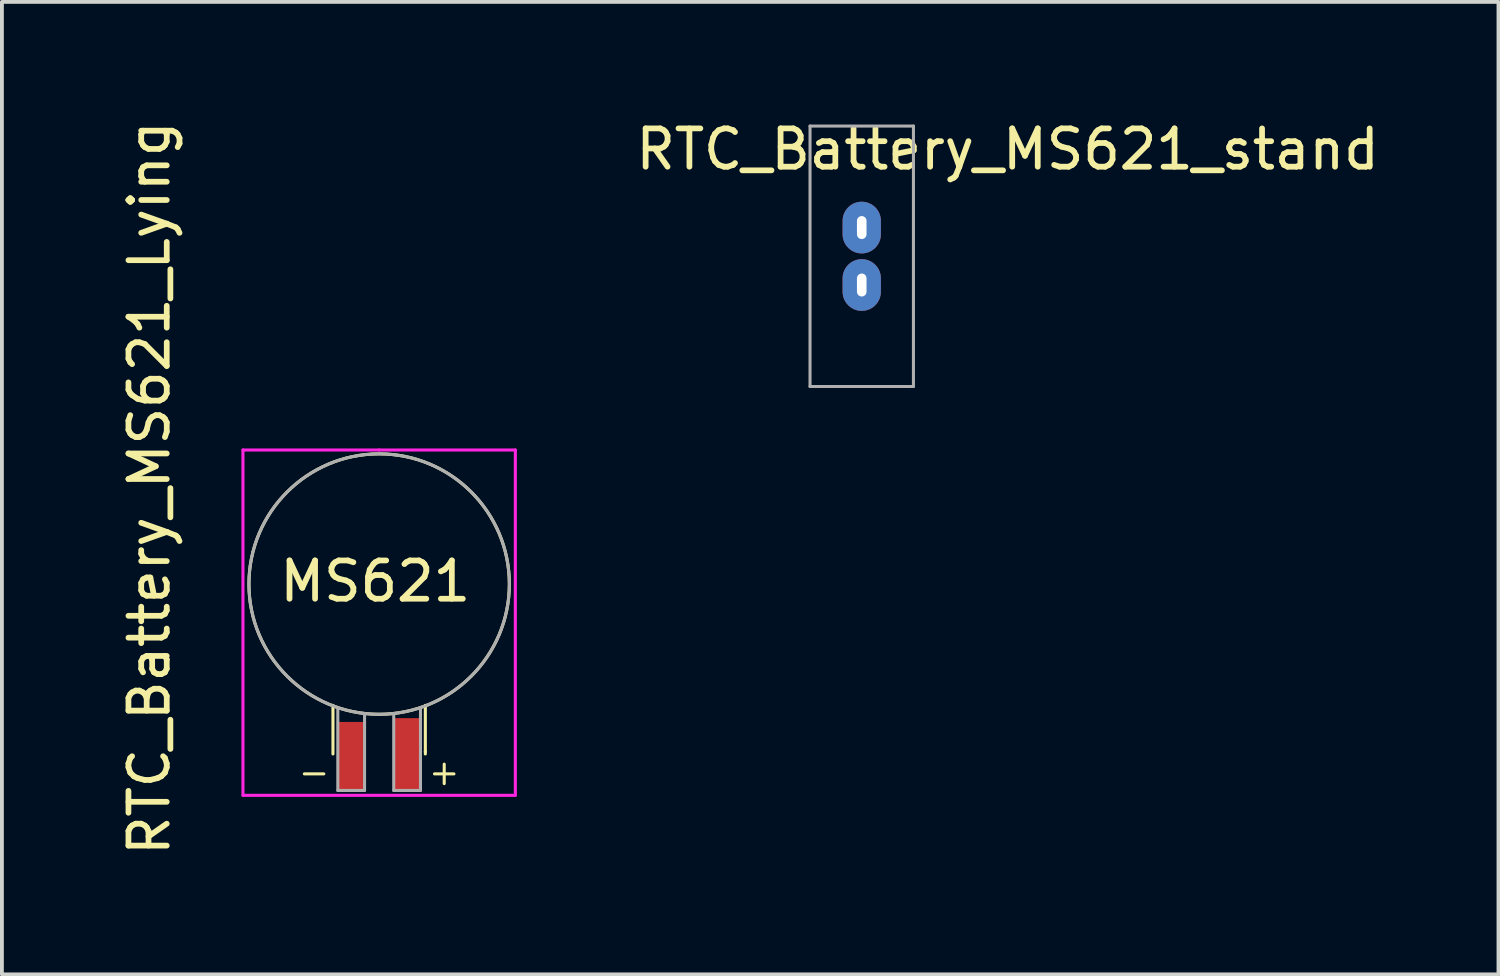
<source format=kicad_pcb>
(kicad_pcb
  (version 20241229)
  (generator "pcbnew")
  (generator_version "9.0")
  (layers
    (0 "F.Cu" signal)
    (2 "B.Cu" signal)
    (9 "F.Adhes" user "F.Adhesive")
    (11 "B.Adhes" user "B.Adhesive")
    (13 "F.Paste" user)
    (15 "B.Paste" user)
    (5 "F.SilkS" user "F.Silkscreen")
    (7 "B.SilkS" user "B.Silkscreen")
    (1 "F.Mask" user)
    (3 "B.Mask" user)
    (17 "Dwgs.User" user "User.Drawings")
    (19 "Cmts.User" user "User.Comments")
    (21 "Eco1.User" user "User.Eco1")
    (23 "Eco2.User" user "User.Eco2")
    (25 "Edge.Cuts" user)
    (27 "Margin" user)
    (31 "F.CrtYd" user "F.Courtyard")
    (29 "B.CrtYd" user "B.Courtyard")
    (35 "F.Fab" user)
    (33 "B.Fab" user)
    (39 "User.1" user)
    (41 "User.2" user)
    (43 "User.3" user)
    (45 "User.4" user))
  (footprint "RTC_Battery_MS621_Lying"
    (layer "F.Cu")
    (at 6.85 16.701)
    (property "Reference" "RTC_Battery_MS621_Lying" (at -6.001 -7.005 270) (layer "F.SilkS") (effects (font (size 1 1) (thickness 0.15))))
    (attr through_hole)
    (fp_line (start -1.953 0.456) (end -1.445 0.456) (stroke (width 0.08) (type solid)) (layer "F.SilkS"))
    (fp_line (start -1.206 -0.064) (end -1.206 -1.333) (stroke (width 0.08) (type solid)) (layer "F.SilkS"))
    (fp_line (start 1.206 -0.127) (end 1.206 -1.333) (stroke (width 0.08) (type solid)) (layer "F.SilkS"))
    (fp_line (start 1.206 -0.064) (end 1.206 -0.127) (stroke (width 0.08) (type solid)) (layer "F.SilkS"))
    (fp_line (start 1.699 0.202) (end 1.699 0.71) (stroke (width 0.08) (type solid)) (layer "F.SilkS"))
    (fp_line (start 1.953 0.456) (end 1.445 0.456) (stroke (width 0.08) (type solid)) (layer "F.SilkS"))
    (fp_circle (center 0 -4.5) (end 0 -1.1) (stroke (width 0.08) (type solid)) (fill no) (layer "F.SilkS"))
    (fp_line (start -3.556 -8.001) (end 0 -8.001) (stroke (width 0.08) (type solid)) (layer "F.CrtYd"))
    (fp_line (start -3.556 1.016) (end -3.556 -8.001) (stroke (width 0.08) (type solid)) (layer "F.CrtYd"))
    (fp_line (start 0 -8.001) (end 3.556 -8.001) (stroke (width 0.08) (type solid)) (layer "F.CrtYd"))
    (fp_line (start 3.556 -8.001) (end 3.556 1.016) (stroke (width 0.08) (type solid)) (layer "F.CrtYd"))
    (fp_line (start 3.556 1.016) (end -3.556 1.016) (stroke (width 0.08) (type solid)) (layer "F.CrtYd"))
    (fp_line (start -1.079 0.889) (end -1.079 -1.27) (stroke (width 0.08) (type solid)) (layer "F.Fab"))
    (fp_line (start -0.381 0.889) (end -1.079 0.889) (stroke (width 0.08) (type solid)) (layer "F.Fab"))
    (fp_line (start -0.381 0.889) (end -0.381 -1.079) (stroke (width 0.08) (type solid)) (layer "F.Fab"))
    (fp_line (start 0.381 0.889) (end 0.381 -1.079) (stroke (width 0.08) (type solid)) (layer "F.Fab"))
    (fp_line (start 0.381 0.889) (end 1.079 0.889) (stroke (width 0.08) (type solid)) (layer "F.Fab"))
    (fp_line (start 1.079 0.889) (end 1.079 -1.27) (stroke (width 0.08) (type solid)) (layer "F.Fab"))
    (fp_circle (center 0 -4.5) (end 0 -1.1) (stroke (width 0.08) (type solid)) (fill no) (layer "F.Fab"))
    (fp_text user "MS621" (at -0.102 -4.572 0) (layer "F.SilkS") (effects (font (size 1 1) (thickness 0.15))))
    (pad "1" smd rect (at 0.75 -0.05) (size 0.7 1.9) (layers "F.Cu" "F.Mask" "F.Paste"))
    (pad "2" smd rect (at -0.75 0) (size 0.7 1.8) (layers "F.Cu" "F.Mask" "F.Paste")))
  (footprint "RTC_Battery_MS621_stand"
    (layer "F.Cu")
    (at 19.451 3.642)
    (property "Reference" "RTC_Battery_MS621_stand" (at 3.81 -2.794 0) (layer "F.SilkS") (effects (font (size 1 1) (thickness 0.15))))
    (attr through_hole)
    (fp_line (start -1.346 -2.286) (end -1.346 2.388) (stroke (width 0.08) (type solid)) (layer "B.Paste"))
    (fp_line (start -0.889 -0.889) (end -0.889 -0.381) (stroke (width 0.08) (type solid)) (layer "B.Paste"))
    (fp_line (start -0.635 -0.635) (end -1.143 -0.635) (stroke (width 0.08) (type solid)) (layer "B.Paste"))
    (fp_line (start -0.635 0.889) (end -1.143 0.889) (stroke (width 0.08) (type solid)) (layer "B.Paste"))
    (fp_line (start 1.346 2.286) (end 1.346 -2.388) (stroke (width 0.08) (type solid)) (layer "B.Paste"))
    (fp_arc (start -1.3462 -2.286) (mid -1.069663 -3.05522) (end -0.3302 -3.4036) (stroke (width 0.08) (type solid)) (layer "B.Paste"))
    (fp_arc (start -0.228599 3.4036) (mid -0.99782 3.127063) (end -1.3462 2.387601) (stroke (width 0.08) (type solid)) (layer "B.Paste"))
    (fp_arc (start 0.228599 -3.4036) (mid 0.99782 -3.127063) (end 1.3462 -2.387601) (stroke (width 0.08) (type solid)) (layer "B.Paste"))
    (fp_arc (start 1.3462 2.285999) (mid 1.069663 3.05522) (end 0.330201 3.4036) (stroke (width 0.08) (type solid)) (layer "B.Paste"))
    (fp_line (start -1.35 -3.4) (end -1.35 3.4) (stroke (width 0.08) (type solid)) (layer "F.Fab"))
    (fp_line (start -1.35 -3.4) (end 1.35 -3.4) (stroke (width 0.08) (type solid)) (layer "F.Fab"))
    (fp_line (start -1.35 3.4) (end 1.35 3.4) (stroke (width 0.08) (type solid)) (layer "F.Fab"))
    (fp_line (start 1.35 -3.4) (end 1.35 3.4) (stroke (width 0.08) (type solid)) (layer "F.Fab"))
    (pad "1" thru_hole oval (at 0 -0.75) (size 1 1.35) (drill oval 0.25 0.6) (layers "*.Cu" "*.Mask"))
    (pad "2" thru_hole oval (at 0 0.75) (size 1 1.35) (drill oval 0.25 0.6) (layers "*.Cu" "*.Mask")))
  (gr_rect
    (start -3 -3)
    (end 36.077 22.393)
    (stroke (width 0.1) (type default))
    (fill no)
    (layer "Edge.Cuts")))
</source>
